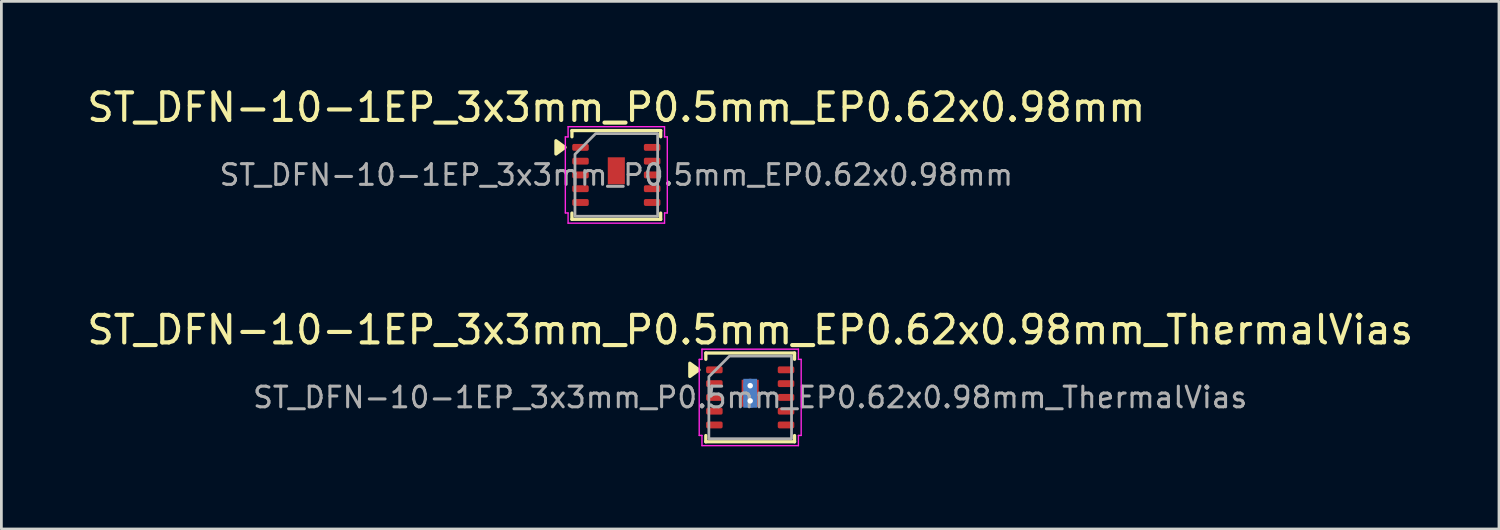
<source format=kicad_pcb>
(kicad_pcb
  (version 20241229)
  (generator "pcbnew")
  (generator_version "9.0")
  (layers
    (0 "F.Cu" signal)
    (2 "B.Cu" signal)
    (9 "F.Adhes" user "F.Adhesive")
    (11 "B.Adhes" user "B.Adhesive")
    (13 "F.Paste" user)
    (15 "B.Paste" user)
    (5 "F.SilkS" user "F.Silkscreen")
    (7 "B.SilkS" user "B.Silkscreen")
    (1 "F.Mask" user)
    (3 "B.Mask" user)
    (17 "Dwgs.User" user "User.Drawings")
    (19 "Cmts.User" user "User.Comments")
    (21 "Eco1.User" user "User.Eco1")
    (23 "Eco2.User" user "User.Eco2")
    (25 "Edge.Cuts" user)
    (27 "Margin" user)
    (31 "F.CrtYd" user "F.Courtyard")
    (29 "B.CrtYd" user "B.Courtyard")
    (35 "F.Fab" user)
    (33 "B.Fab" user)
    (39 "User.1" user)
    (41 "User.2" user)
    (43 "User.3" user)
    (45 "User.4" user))
  (footprint "ST_DFN-10-1EP_3x3mm_P0.5mm_EP0.62x0.98mm_ThermalVias"
    (layer "F.Cu")
    (at 24.173 11.371)
    (property "Reference" "ST_DFN-10-1EP_3x3mm_P0.5mm_EP0.62x0.98mm_ThermalVias" (at 0 -2.45 0) (layer "F.SilkS") (effects (font (size 1 1) (thickness 0.15))))
    (attr smd)
    (fp_line (start -1.61 -1.61) (end 1.61 -1.61) (stroke (width 0.12) (type solid)) (layer "F.SilkS"))
    (fp_line (start -1.61 -1.385) (end -1.61 -1.61) (stroke (width 0.12) (type solid)) (layer "F.SilkS"))
    (fp_line (start -1.61 1.61) (end -1.61 1.385) (stroke (width 0.12) (type solid)) (layer "F.SilkS"))
    (fp_line (start 1.61 -1.61) (end 1.61 -1.385) (stroke (width 0.12) (type solid)) (layer "F.SilkS"))
    (fp_line (start 1.61 1.385) (end 1.61 1.61) (stroke (width 0.12) (type solid)) (layer "F.SilkS"))
    (fp_line (start 1.61 1.61) (end -1.61 1.61) (stroke (width 0.12) (type solid)) (layer "F.SilkS"))
    (fp_poly (pts (xy -1.86 -1) (xy -2.19 -0.76) (xy -2.19 -1.24)) (stroke (width 0.12) (type solid)) (fill yes) (layer "F.SilkS"))
    (fp_line (start -1.85 -1.38) (end -1.75 -1.38) (stroke (width 0.05) (type solid)) (layer "F.CrtYd"))
    (fp_line (start -1.85 1.38) (end -1.85 -1.38) (stroke (width 0.05) (type solid)) (layer "F.CrtYd"))
    (fp_line (start -1.75 -1.75) (end 1.75 -1.75) (stroke (width 0.05) (type solid)) (layer "F.CrtYd"))
    (fp_line (start -1.75 -1.38) (end -1.75 -1.75) (stroke (width 0.05) (type solid)) (layer "F.CrtYd"))
    (fp_line (start -1.75 1.38) (end -1.85 1.38) (stroke (width 0.05) (type solid)) (layer "F.CrtYd"))
    (fp_line (start -1.75 1.75) (end -1.75 1.38) (stroke (width 0.05) (type solid)) (layer "F.CrtYd"))
    (fp_line (start 1.75 -1.75) (end 1.75 -1.38) (stroke (width 0.05) (type solid)) (layer "F.CrtYd"))
    (fp_line (start 1.75 -1.38) (end 1.85 -1.38) (stroke (width 0.05) (type solid)) (layer "F.CrtYd"))
    (fp_line (start 1.75 1.38) (end 1.75 1.75) (stroke (width 0.05) (type solid)) (layer "F.CrtYd"))
    (fp_line (start 1.75 1.75) (end -1.75 1.75) (stroke (width 0.05) (type solid)) (layer "F.CrtYd"))
    (fp_line (start 1.85 -1.38) (end 1.85 1.38) (stroke (width 0.05) (type solid)) (layer "F.CrtYd"))
    (fp_line (start 1.85 1.38) (end 1.75 1.38) (stroke (width 0.05) (type solid)) (layer "F.CrtYd"))
    (fp_poly (pts (xy -0.75 -1.5) (xy 1.5 -1.5) (xy 1.5 1.5) (xy -1.5 1.5) (xy -1.5 -0.75)) (stroke (width 0.1) (type solid)) (fill no) (layer "F.Fab"))
    (fp_text user "${REFERENCE}" (at 0 0 0) (layer "F.Fab") (effects (font (size 0.75 0.75) (thickness 0.11))))
    (pad "" smd roundrect (at 0 -0.15) (size 0.62 0.98) (layers "F.Paste") (roundrect_rratio 0.25))
    (pad "1" smd roundrect (at -1.3 -1) (size 0.6 0.25) (layers "F.Cu" "F.Mask" "F.Paste") (roundrect_rratio 0.25))
    (pad "2" smd roundrect (at -1.3 -0.5) (size 0.6 0.25) (layers "F.Cu" "F.Mask" "F.Paste") (roundrect_rratio 0.25))
    (pad "3" smd roundrect (at -1.3 0) (size 0.6 0.25) (layers "F.Cu" "F.Mask" "F.Paste") (roundrect_rratio 0.25))
    (pad "4" smd roundrect (at -1.3 0.5) (size 0.6 0.25) (layers "F.Cu" "F.Mask" "F.Paste") (roundrect_rratio 0.25))
    (pad "5" smd roundrect (at -1.3 1) (size 0.6 0.25) (layers "F.Cu" "F.Mask" "F.Paste") (roundrect_rratio 0.25))
    (pad "6" smd roundrect (at 1.3 1) (size 0.6 0.25) (layers "F.Cu" "F.Mask" "F.Paste") (roundrect_rratio 0.25))
    (pad "7" smd roundrect (at 1.3 0.5) (size 0.6 0.25) (layers "F.Cu" "F.Mask" "F.Paste") (roundrect_rratio 0.25))
    (pad "8" smd roundrect (at 1.3 0) (size 0.6 0.25) (layers "F.Cu" "F.Mask" "F.Paste") (roundrect_rratio 0.25))
    (pad "9" smd roundrect (at 1.3 -0.5) (size 0.6 0.25) (layers "F.Cu" "F.Mask" "F.Paste") (roundrect_rratio 0.25))
    (pad "10" smd roundrect (at 1.3 -1) (size 0.6 0.25) (layers "F.Cu" "F.Mask" "F.Paste") (roundrect_rratio 0.25))
    (pad "11" thru_hole circle (at 0 -0.425) (size 0.5 0.5) (drill 0.2) (property pad_prop_heatsink) (layers "*.Cu"))
    (pad "11" smd rect (at 0 -0.15) (size 0.5 1.05) (property pad_prop_heatsink) (layers "B.Cu"))
    (pad "11" smd rect (at 0 -0.15) (size 0.62 0.98) (property pad_prop_heatsink) (layers "F.Cu" "F.Mask"))
    (pad "11" thru_hole circle (at 0 0.125) (size 0.5 0.5) (drill 0.2) (property pad_prop_heatsink) (layers "*.Cu")))
  (footprint "ST_DFN-10-1EP_3x3mm_P0.5mm_EP0.62x0.98mm"
    (layer "F.Cu")
    (at 19.315 3.298)
    (property "Reference" "ST_DFN-10-1EP_3x3mm_P0.5mm_EP0.62x0.98mm" (at 0 -2.45 0) (layer "F.SilkS") (effects (font (size 1 1) (thickness 0.15))))
    (attr smd)
    (fp_line (start -1.61 -1.61) (end 1.61 -1.61) (stroke (width 0.12) (type solid)) (layer "F.SilkS"))
    (fp_line (start -1.61 -1.385) (end -1.61 -1.61) (stroke (width 0.12) (type solid)) (layer "F.SilkS"))
    (fp_line (start -1.61 1.61) (end -1.61 1.385) (stroke (width 0.12) (type solid)) (layer "F.SilkS"))
    (fp_line (start 1.61 -1.61) (end 1.61 -1.385) (stroke (width 0.12) (type solid)) (layer "F.SilkS"))
    (fp_line (start 1.61 1.385) (end 1.61 1.61) (stroke (width 0.12) (type solid)) (layer "F.SilkS"))
    (fp_line (start 1.61 1.61) (end -1.61 1.61) (stroke (width 0.12) (type solid)) (layer "F.SilkS"))
    (fp_poly (pts (xy -1.86 -1) (xy -2.19 -0.76) (xy -2.19 -1.24)) (stroke (width 0.12) (type solid)) (fill yes) (layer "F.SilkS"))
    (fp_line (start -1.85 -1.38) (end -1.75 -1.38) (stroke (width 0.05) (type solid)) (layer "F.CrtYd"))
    (fp_line (start -1.85 1.38) (end -1.85 -1.38) (stroke (width 0.05) (type solid)) (layer "F.CrtYd"))
    (fp_line (start -1.75 -1.75) (end 1.75 -1.75) (stroke (width 0.05) (type solid)) (layer "F.CrtYd"))
    (fp_line (start -1.75 -1.38) (end -1.75 -1.75) (stroke (width 0.05) (type solid)) (layer "F.CrtYd"))
    (fp_line (start -1.75 1.38) (end -1.85 1.38) (stroke (width 0.05) (type solid)) (layer "F.CrtYd"))
    (fp_line (start -1.75 1.75) (end -1.75 1.38) (stroke (width 0.05) (type solid)) (layer "F.CrtYd"))
    (fp_line (start 1.75 -1.75) (end 1.75 -1.38) (stroke (width 0.05) (type solid)) (layer "F.CrtYd"))
    (fp_line (start 1.75 -1.38) (end 1.85 -1.38) (stroke (width 0.05) (type solid)) (layer "F.CrtYd"))
    (fp_line (start 1.75 1.38) (end 1.75 1.75) (stroke (width 0.05) (type solid)) (layer "F.CrtYd"))
    (fp_line (start 1.75 1.75) (end -1.75 1.75) (stroke (width 0.05) (type solid)) (layer "F.CrtYd"))
    (fp_line (start 1.85 -1.38) (end 1.85 1.38) (stroke (width 0.05) (type solid)) (layer "F.CrtYd"))
    (fp_line (start 1.85 1.38) (end 1.75 1.38) (stroke (width 0.05) (type solid)) (layer "F.CrtYd"))
    (fp_poly (pts (xy -0.75 -1.5) (xy 1.5 -1.5) (xy 1.5 1.5) (xy -1.5 1.5) (xy -1.5 -0.75)) (stroke (width 0.1) (type solid)) (fill no) (layer "F.Fab"))
    (fp_text user "${REFERENCE}" (at 0 0 0) (layer "F.Fab") (effects (font (size 0.75 0.75) (thickness 0.11))))
    (pad "" smd roundrect (at 0 -0.15) (size 0.5 0.79) (layers "F.Paste") (roundrect_rratio 0.25))
    (pad "1" smd roundrect (at -1.3 -1) (size 0.6 0.25) (layers "F.Cu" "F.Mask" "F.Paste") (roundrect_rratio 0.25))
    (pad "2" smd roundrect (at -1.3 -0.5) (size 0.6 0.25) (layers "F.Cu" "F.Mask" "F.Paste") (roundrect_rratio 0.25))
    (pad "3" smd roundrect (at -1.3 0) (size 0.6 0.25) (layers "F.Cu" "F.Mask" "F.Paste") (roundrect_rratio 0.25))
    (pad "4" smd roundrect (at -1.3 0.5) (size 0.6 0.25) (layers "F.Cu" "F.Mask" "F.Paste") (roundrect_rratio 0.25))
    (pad "5" smd roundrect (at -1.3 1) (size 0.6 0.25) (layers "F.Cu" "F.Mask" "F.Paste") (roundrect_rratio 0.25))
    (pad "6" smd roundrect (at 1.3 1) (size 0.6 0.25) (layers "F.Cu" "F.Mask" "F.Paste") (roundrect_rratio 0.25))
    (pad "7" smd roundrect (at 1.3 0.5) (size 0.6 0.25) (layers "F.Cu" "F.Mask" "F.Paste") (roundrect_rratio 0.25))
    (pad "8" smd roundrect (at 1.3 0) (size 0.6 0.25) (layers "F.Cu" "F.Mask" "F.Paste") (roundrect_rratio 0.25))
    (pad "9" smd roundrect (at 1.3 -0.5) (size 0.6 0.25) (layers "F.Cu" "F.Mask" "F.Paste") (roundrect_rratio 0.25))
    (pad "10" smd roundrect (at 1.3 -1) (size 0.6 0.25) (layers "F.Cu" "F.Mask" "F.Paste") (roundrect_rratio 0.25))
    (pad "11" smd rect (at 0 -0.15) (size 0.62 0.98) (property pad_prop_heatsink) (layers "F.Cu" "F.Mask")))
  (gr_rect
    (start -3 -3)
    (end 51.345 16.146)
    (stroke (width 0.1) (type default))
    (fill no)
    (layer "Edge.Cuts")))
</source>
